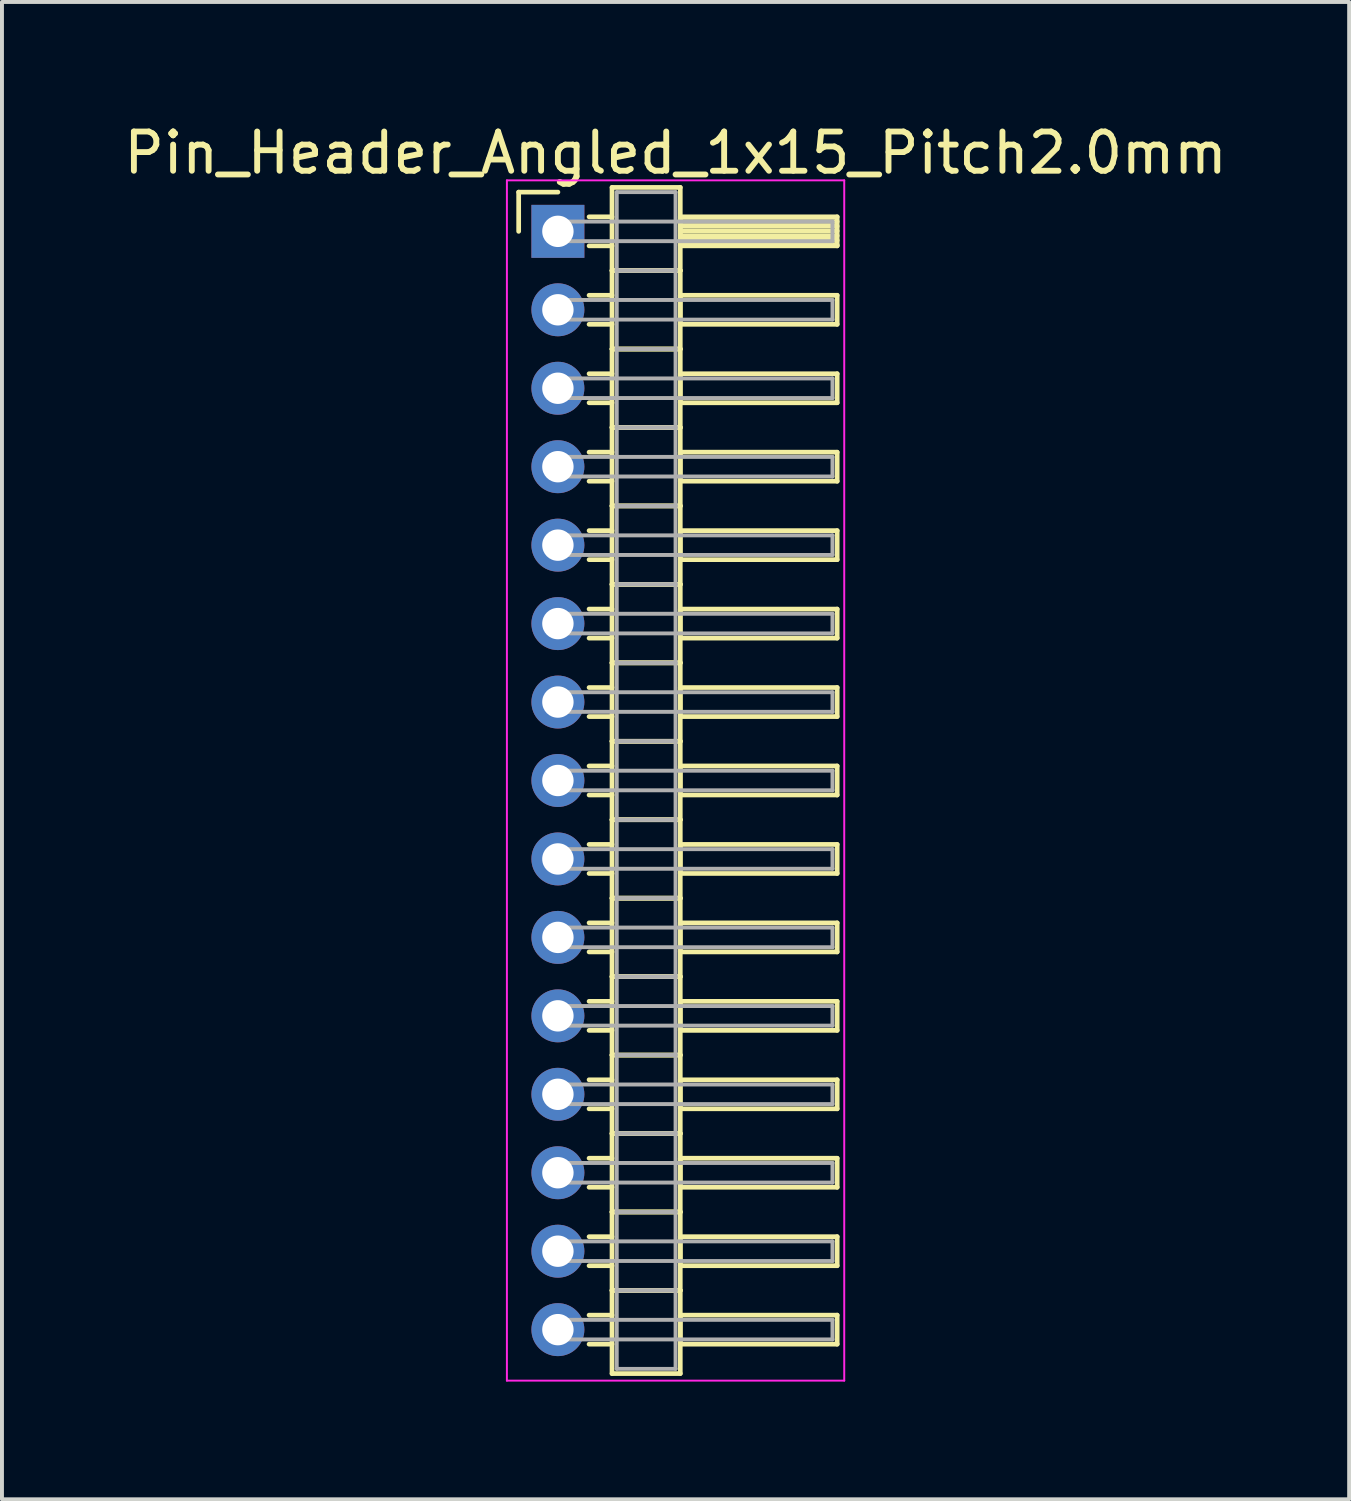
<source format=kicad_pcb>
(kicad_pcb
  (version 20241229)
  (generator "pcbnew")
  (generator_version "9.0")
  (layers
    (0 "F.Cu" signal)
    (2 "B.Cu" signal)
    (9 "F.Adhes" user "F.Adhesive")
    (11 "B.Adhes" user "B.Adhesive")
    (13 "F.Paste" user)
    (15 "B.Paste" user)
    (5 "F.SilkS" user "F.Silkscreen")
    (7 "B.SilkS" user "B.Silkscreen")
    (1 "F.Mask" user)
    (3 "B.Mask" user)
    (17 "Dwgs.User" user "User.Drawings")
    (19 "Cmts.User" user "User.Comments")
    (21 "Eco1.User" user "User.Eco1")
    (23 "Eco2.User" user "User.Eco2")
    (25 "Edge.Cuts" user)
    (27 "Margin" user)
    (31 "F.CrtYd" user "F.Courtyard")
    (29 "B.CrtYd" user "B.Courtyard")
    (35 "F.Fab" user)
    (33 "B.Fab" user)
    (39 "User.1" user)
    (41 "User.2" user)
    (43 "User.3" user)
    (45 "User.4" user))
  (footprint "Pin_Header_Angled_1x15_Pitch2.0mm"
    (layer "F.Cu")
    (at 11.173 2.848)
    (property "Reference" "Pin_Header_Angled_1x15_Pitch2.0mm" (at 3 -2 0) (layer "F.SilkS") (effects (font (size 1 1) (thickness 0.15))))
    (attr through_hole)
    (fp_line (start -1 -1) (end 0 -1) (stroke (width 0.12) (type solid)) (layer "F.SilkS"))
    (fp_line (start -1 0) (end -1 -1) (stroke (width 0.12) (type solid)) (layer "F.SilkS"))
    (fp_line (start 0.795 -0.37) (end 1.38 -0.37) (stroke (width 0.12) (type solid)) (layer "F.SilkS"))
    (fp_line (start 0.795 0.37) (end 1.38 0.37) (stroke (width 0.12) (type solid)) (layer "F.SilkS"))
    (fp_line (start 0.795 1.63) (end 1.38 1.63) (stroke (width 0.12) (type solid)) (layer "F.SilkS"))
    (fp_line (start 0.795 2.37) (end 1.38 2.37) (stroke (width 0.12) (type solid)) (layer "F.SilkS"))
    (fp_line (start 0.795 3.63) (end 1.38 3.63) (stroke (width 0.12) (type solid)) (layer "F.SilkS"))
    (fp_line (start 0.795 4.37) (end 1.38 4.37) (stroke (width 0.12) (type solid)) (layer "F.SilkS"))
    (fp_line (start 0.795 5.63) (end 1.38 5.63) (stroke (width 0.12) (type solid)) (layer "F.SilkS"))
    (fp_line (start 0.795 6.37) (end 1.38 6.37) (stroke (width 0.12) (type solid)) (layer "F.SilkS"))
    (fp_line (start 0.795 7.63) (end 1.38 7.63) (stroke (width 0.12) (type solid)) (layer "F.SilkS"))
    (fp_line (start 0.795 8.37) (end 1.38 8.37) (stroke (width 0.12) (type solid)) (layer "F.SilkS"))
    (fp_line (start 0.795 9.63) (end 1.38 9.63) (stroke (width 0.12) (type solid)) (layer "F.SilkS"))
    (fp_line (start 0.795 10.37) (end 1.38 10.37) (stroke (width 0.12) (type solid)) (layer "F.SilkS"))
    (fp_line (start 0.795 11.63) (end 1.38 11.63) (stroke (width 0.12) (type solid)) (layer "F.SilkS"))
    (fp_line (start 0.795 12.37) (end 1.38 12.37) (stroke (width 0.12) (type solid)) (layer "F.SilkS"))
    (fp_line (start 0.795 13.63) (end 1.38 13.63) (stroke (width 0.12) (type solid)) (layer "F.SilkS"))
    (fp_line (start 0.795 14.37) (end 1.38 14.37) (stroke (width 0.12) (type solid)) (layer "F.SilkS"))
    (fp_line (start 0.795 15.63) (end 1.38 15.63) (stroke (width 0.12) (type solid)) (layer "F.SilkS"))
    (fp_line (start 0.795 16.37) (end 1.38 16.37) (stroke (width 0.12) (type solid)) (layer "F.SilkS"))
    (fp_line (start 0.795 17.63) (end 1.38 17.63) (stroke (width 0.12) (type solid)) (layer "F.SilkS"))
    (fp_line (start 0.795 18.37) (end 1.38 18.37) (stroke (width 0.12) (type solid)) (layer "F.SilkS"))
    (fp_line (start 0.795 19.63) (end 1.38 19.63) (stroke (width 0.12) (type solid)) (layer "F.SilkS"))
    (fp_line (start 0.795 20.37) (end 1.38 20.37) (stroke (width 0.12) (type solid)) (layer "F.SilkS"))
    (fp_line (start 0.795 21.63) (end 1.38 21.63) (stroke (width 0.12) (type solid)) (layer "F.SilkS"))
    (fp_line (start 0.795 22.37) (end 1.38 22.37) (stroke (width 0.12) (type solid)) (layer "F.SilkS"))
    (fp_line (start 0.795 23.63) (end 1.38 23.63) (stroke (width 0.12) (type solid)) (layer "F.SilkS"))
    (fp_line (start 0.795 24.37) (end 1.38 24.37) (stroke (width 0.12) (type solid)) (layer "F.SilkS"))
    (fp_line (start 0.795 25.63) (end 1.38 25.63) (stroke (width 0.12) (type solid)) (layer "F.SilkS"))
    (fp_line (start 0.795 26.37) (end 1.38 26.37) (stroke (width 0.12) (type solid)) (layer "F.SilkS"))
    (fp_line (start 0.795 27.63) (end 1.38 27.63) (stroke (width 0.12) (type solid)) (layer "F.SilkS"))
    (fp_line (start 0.795 28.37) (end 1.38 28.37) (stroke (width 0.12) (type solid)) (layer "F.SilkS"))
    (fp_line (start 1.38 -1.12) (end 1.38 1) (stroke (width 0.12) (type solid)) (layer "F.SilkS"))
    (fp_line (start 1.38 1) (end 1.38 3) (stroke (width 0.12) (type solid)) (layer "F.SilkS"))
    (fp_line (start 1.38 1) (end 3.12 1) (stroke (width 0.12) (type solid)) (layer "F.SilkS"))
    (fp_line (start 1.38 3) (end 1.38 5) (stroke (width 0.12) (type solid)) (layer "F.SilkS"))
    (fp_line (start 1.38 3) (end 3.12 3) (stroke (width 0.12) (type solid)) (layer "F.SilkS"))
    (fp_line (start 1.38 5) (end 1.38 7) (stroke (width 0.12) (type solid)) (layer "F.SilkS"))
    (fp_line (start 1.38 5) (end 3.12 5) (stroke (width 0.12) (type solid)) (layer "F.SilkS"))
    (fp_line (start 1.38 7) (end 1.38 9) (stroke (width 0.12) (type solid)) (layer "F.SilkS"))
    (fp_line (start 1.38 7) (end 3.12 7) (stroke (width 0.12) (type solid)) (layer "F.SilkS"))
    (fp_line (start 1.38 9) (end 1.38 11) (stroke (width 0.12) (type solid)) (layer "F.SilkS"))
    (fp_line (start 1.38 9) (end 3.12 9) (stroke (width 0.12) (type solid)) (layer "F.SilkS"))
    (fp_line (start 1.38 11) (end 1.38 13) (stroke (width 0.12) (type solid)) (layer "F.SilkS"))
    (fp_line (start 1.38 11) (end 3.12 11) (stroke (width 0.12) (type solid)) (layer "F.SilkS"))
    (fp_line (start 1.38 13) (end 1.38 15) (stroke (width 0.12) (type solid)) (layer "F.SilkS"))
    (fp_line (start 1.38 13) (end 3.12 13) (stroke (width 0.12) (type solid)) (layer "F.SilkS"))
    (fp_line (start 1.38 15) (end 1.38 17) (stroke (width 0.12) (type solid)) (layer "F.SilkS"))
    (fp_line (start 1.38 15) (end 3.12 15) (stroke (width 0.12) (type solid)) (layer "F.SilkS"))
    (fp_line (start 1.38 17) (end 1.38 19) (stroke (width 0.12) (type solid)) (layer "F.SilkS"))
    (fp_line (start 1.38 17) (end 3.12 17) (stroke (width 0.12) (type solid)) (layer "F.SilkS"))
    (fp_line (start 1.38 19) (end 1.38 21) (stroke (width 0.12) (type solid)) (layer "F.SilkS"))
    (fp_line (start 1.38 19) (end 3.12 19) (stroke (width 0.12) (type solid)) (layer "F.SilkS"))
    (fp_line (start 1.38 21) (end 1.38 23) (stroke (width 0.12) (type solid)) (layer "F.SilkS"))
    (fp_line (start 1.38 21) (end 3.12 21) (stroke (width 0.12) (type solid)) (layer "F.SilkS"))
    (fp_line (start 1.38 23) (end 1.38 25) (stroke (width 0.12) (type solid)) (layer "F.SilkS"))
    (fp_line (start 1.38 23) (end 3.12 23) (stroke (width 0.12) (type solid)) (layer "F.SilkS"))
    (fp_line (start 1.38 25) (end 1.38 27) (stroke (width 0.12) (type solid)) (layer "F.SilkS"))
    (fp_line (start 1.38 25) (end 3.12 25) (stroke (width 0.12) (type solid)) (layer "F.SilkS"))
    (fp_line (start 1.38 27) (end 1.38 29.12) (stroke (width 0.12) (type solid)) (layer "F.SilkS"))
    (fp_line (start 1.38 27) (end 3.12 27) (stroke (width 0.12) (type solid)) (layer "F.SilkS"))
    (fp_line (start 1.38 29.12) (end 3.12 29.12) (stroke (width 0.12) (type solid)) (layer "F.SilkS"))
    (fp_line (start 3.12 -1.12) (end 1.38 -1.12) (stroke (width 0.12) (type solid)) (layer "F.SilkS"))
    (fp_line (start 3.12 -0.37) (end 3.12 0.37) (stroke (width 0.12) (type solid)) (layer "F.SilkS"))
    (fp_line (start 3.12 -0.25) (end 7.12 -0.25) (stroke (width 0.12) (type solid)) (layer "F.SilkS"))
    (fp_line (start 3.12 -0.13) (end 7.12 -0.13) (stroke (width 0.12) (type solid)) (layer "F.SilkS"))
    (fp_line (start 3.12 -0.01) (end 7.12 -0.01) (stroke (width 0.12) (type solid)) (layer "F.SilkS"))
    (fp_line (start 3.12 0.11) (end 7.12 0.11) (stroke (width 0.12) (type solid)) (layer "F.SilkS"))
    (fp_line (start 3.12 0.23) (end 7.12 0.23) (stroke (width 0.12) (type solid)) (layer "F.SilkS"))
    (fp_line (start 3.12 0.35) (end 7.12 0.35) (stroke (width 0.12) (type solid)) (layer "F.SilkS"))
    (fp_line (start 3.12 0.37) (end 7.12 0.37) (stroke (width 0.12) (type solid)) (layer "F.SilkS"))
    (fp_line (start 3.12 1) (end 1.38 1) (stroke (width 0.12) (type solid)) (layer "F.SilkS"))
    (fp_line (start 3.12 1) (end 3.12 -1.12) (stroke (width 0.12) (type solid)) (layer "F.SilkS"))
    (fp_line (start 3.12 1.63) (end 3.12 2.37) (stroke (width 0.12) (type solid)) (layer "F.SilkS"))
    (fp_line (start 3.12 2.37) (end 7.12 2.37) (stroke (width 0.12) (type solid)) (layer "F.SilkS"))
    (fp_line (start 3.12 3) (end 1.38 3) (stroke (width 0.12) (type solid)) (layer "F.SilkS"))
    (fp_line (start 3.12 3) (end 3.12 1) (stroke (width 0.12) (type solid)) (layer "F.SilkS"))
    (fp_line (start 3.12 3.63) (end 3.12 4.37) (stroke (width 0.12) (type solid)) (layer "F.SilkS"))
    (fp_line (start 3.12 4.37) (end 7.12 4.37) (stroke (width 0.12) (type solid)) (layer "F.SilkS"))
    (fp_line (start 3.12 5) (end 1.38 5) (stroke (width 0.12) (type solid)) (layer "F.SilkS"))
    (fp_line (start 3.12 5) (end 3.12 3) (stroke (width 0.12) (type solid)) (layer "F.SilkS"))
    (fp_line (start 3.12 5.63) (end 3.12 6.37) (stroke (width 0.12) (type solid)) (layer "F.SilkS"))
    (fp_line (start 3.12 6.37) (end 7.12 6.37) (stroke (width 0.12) (type solid)) (layer "F.SilkS"))
    (fp_line (start 3.12 7) (end 1.38 7) (stroke (width 0.12) (type solid)) (layer "F.SilkS"))
    (fp_line (start 3.12 7) (end 3.12 5) (stroke (width 0.12) (type solid)) (layer "F.SilkS"))
    (fp_line (start 3.12 7.63) (end 3.12 8.37) (stroke (width 0.12) (type solid)) (layer "F.SilkS"))
    (fp_line (start 3.12 8.37) (end 7.12 8.37) (stroke (width 0.12) (type solid)) (layer "F.SilkS"))
    (fp_line (start 3.12 9) (end 1.38 9) (stroke (width 0.12) (type solid)) (layer "F.SilkS"))
    (fp_line (start 3.12 9) (end 3.12 7) (stroke (width 0.12) (type solid)) (layer "F.SilkS"))
    (fp_line (start 3.12 9.63) (end 3.12 10.37) (stroke (width 0.12) (type solid)) (layer "F.SilkS"))
    (fp_line (start 3.12 10.37) (end 7.12 10.37) (stroke (width 0.12) (type solid)) (layer "F.SilkS"))
    (fp_line (start 3.12 11) (end 1.38 11) (stroke (width 0.12) (type solid)) (layer "F.SilkS"))
    (fp_line (start 3.12 11) (end 3.12 9) (stroke (width 0.12) (type solid)) (layer "F.SilkS"))
    (fp_line (start 3.12 11.63) (end 3.12 12.37) (stroke (width 0.12) (type solid)) (layer "F.SilkS"))
    (fp_line (start 3.12 12.37) (end 7.12 12.37) (stroke (width 0.12) (type solid)) (layer "F.SilkS"))
    (fp_line (start 3.12 13) (end 1.38 13) (stroke (width 0.12) (type solid)) (layer "F.SilkS"))
    (fp_line (start 3.12 13) (end 3.12 11) (stroke (width 0.12) (type solid)) (layer "F.SilkS"))
    (fp_line (start 3.12 13.63) (end 3.12 14.37) (stroke (width 0.12) (type solid)) (layer "F.SilkS"))
    (fp_line (start 3.12 14.37) (end 7.12 14.37) (stroke (width 0.12) (type solid)) (layer "F.SilkS"))
    (fp_line (start 3.12 15) (end 1.38 15) (stroke (width 0.12) (type solid)) (layer "F.SilkS"))
    (fp_line (start 3.12 15) (end 3.12 13) (stroke (width 0.12) (type solid)) (layer "F.SilkS"))
    (fp_line (start 3.12 15.63) (end 3.12 16.37) (stroke (width 0.12) (type solid)) (layer "F.SilkS"))
    (fp_line (start 3.12 16.37) (end 7.12 16.37) (stroke (width 0.12) (type solid)) (layer "F.SilkS"))
    (fp_line (start 3.12 17) (end 1.38 17) (stroke (width 0.12) (type solid)) (layer "F.SilkS"))
    (fp_line (start 3.12 17) (end 3.12 15) (stroke (width 0.12) (type solid)) (layer "F.SilkS"))
    (fp_line (start 3.12 17.63) (end 3.12 18.37) (stroke (width 0.12) (type solid)) (layer "F.SilkS"))
    (fp_line (start 3.12 18.37) (end 7.12 18.37) (stroke (width 0.12) (type solid)) (layer "F.SilkS"))
    (fp_line (start 3.12 19) (end 1.38 19) (stroke (width 0.12) (type solid)) (layer "F.SilkS"))
    (fp_line (start 3.12 19) (end 3.12 17) (stroke (width 0.12) (type solid)) (layer "F.SilkS"))
    (fp_line (start 3.12 19.63) (end 3.12 20.37) (stroke (width 0.12) (type solid)) (layer "F.SilkS"))
    (fp_line (start 3.12 20.37) (end 7.12 20.37) (stroke (width 0.12) (type solid)) (layer "F.SilkS"))
    (fp_line (start 3.12 21) (end 1.38 21) (stroke (width 0.12) (type solid)) (layer "F.SilkS"))
    (fp_line (start 3.12 21) (end 3.12 19) (stroke (width 0.12) (type solid)) (layer "F.SilkS"))
    (fp_line (start 3.12 21.63) (end 3.12 22.37) (stroke (width 0.12) (type solid)) (layer "F.SilkS"))
    (fp_line (start 3.12 22.37) (end 7.12 22.37) (stroke (width 0.12) (type solid)) (layer "F.SilkS"))
    (fp_line (start 3.12 23) (end 1.38 23) (stroke (width 0.12) (type solid)) (layer "F.SilkS"))
    (fp_line (start 3.12 23) (end 3.12 21) (stroke (width 0.12) (type solid)) (layer "F.SilkS"))
    (fp_line (start 3.12 23.63) (end 3.12 24.37) (stroke (width 0.12) (type solid)) (layer "F.SilkS"))
    (fp_line (start 3.12 24.37) (end 7.12 24.37) (stroke (width 0.12) (type solid)) (layer "F.SilkS"))
    (fp_line (start 3.12 25) (end 1.38 25) (stroke (width 0.12) (type solid)) (layer "F.SilkS"))
    (fp_line (start 3.12 25) (end 3.12 23) (stroke (width 0.12) (type solid)) (layer "F.SilkS"))
    (fp_line (start 3.12 25.63) (end 3.12 26.37) (stroke (width 0.12) (type solid)) (layer "F.SilkS"))
    (fp_line (start 3.12 26.37) (end 7.12 26.37) (stroke (width 0.12) (type solid)) (layer "F.SilkS"))
    (fp_line (start 3.12 27) (end 1.38 27) (stroke (width 0.12) (type solid)) (layer "F.SilkS"))
    (fp_line (start 3.12 27) (end 3.12 25) (stroke (width 0.12) (type solid)) (layer "F.SilkS"))
    (fp_line (start 3.12 27.63) (end 3.12 28.37) (stroke (width 0.12) (type solid)) (layer "F.SilkS"))
    (fp_line (start 3.12 28.37) (end 7.12 28.37) (stroke (width 0.12) (type solid)) (layer "F.SilkS"))
    (fp_line (start 3.12 29.12) (end 3.12 27) (stroke (width 0.12) (type solid)) (layer "F.SilkS"))
    (fp_line (start 7.12 -0.37) (end 3.12 -0.37) (stroke (width 0.12) (type solid)) (layer "F.SilkS"))
    (fp_line (start 7.12 0.37) (end 7.12 -0.37) (stroke (width 0.12) (type solid)) (layer "F.SilkS"))
    (fp_line (start 7.12 1.63) (end 3.12 1.63) (stroke (width 0.12) (type solid)) (layer "F.SilkS"))
    (fp_line (start 7.12 2.37) (end 7.12 1.63) (stroke (width 0.12) (type solid)) (layer "F.SilkS"))
    (fp_line (start 7.12 3.63) (end 3.12 3.63) (stroke (width 0.12) (type solid)) (layer "F.SilkS"))
    (fp_line (start 7.12 4.37) (end 7.12 3.63) (stroke (width 0.12) (type solid)) (layer "F.SilkS"))
    (fp_line (start 7.12 5.63) (end 3.12 5.63) (stroke (width 0.12) (type solid)) (layer "F.SilkS"))
    (fp_line (start 7.12 6.37) (end 7.12 5.63) (stroke (width 0.12) (type solid)) (layer "F.SilkS"))
    (fp_line (start 7.12 7.63) (end 3.12 7.63) (stroke (width 0.12) (type solid)) (layer "F.SilkS"))
    (fp_line (start 7.12 8.37) (end 7.12 7.63) (stroke (width 0.12) (type solid)) (layer "F.SilkS"))
    (fp_line (start 7.12 9.63) (end 3.12 9.63) (stroke (width 0.12) (type solid)) (layer "F.SilkS"))
    (fp_line (start 7.12 10.37) (end 7.12 9.63) (stroke (width 0.12) (type solid)) (layer "F.SilkS"))
    (fp_line (start 7.12 11.63) (end 3.12 11.63) (stroke (width 0.12) (type solid)) (layer "F.SilkS"))
    (fp_line (start 7.12 12.37) (end 7.12 11.63) (stroke (width 0.12) (type solid)) (layer "F.SilkS"))
    (fp_line (start 7.12 13.63) (end 3.12 13.63) (stroke (width 0.12) (type solid)) (layer "F.SilkS"))
    (fp_line (start 7.12 14.37) (end 7.12 13.63) (stroke (width 0.12) (type solid)) (layer "F.SilkS"))
    (fp_line (start 7.12 15.63) (end 3.12 15.63) (stroke (width 0.12) (type solid)) (layer "F.SilkS"))
    (fp_line (start 7.12 16.37) (end 7.12 15.63) (stroke (width 0.12) (type solid)) (layer "F.SilkS"))
    (fp_line (start 7.12 17.63) (end 3.12 17.63) (stroke (width 0.12) (type solid)) (layer "F.SilkS"))
    (fp_line (start 7.12 18.37) (end 7.12 17.63) (stroke (width 0.12) (type solid)) (layer "F.SilkS"))
    (fp_line (start 7.12 19.63) (end 3.12 19.63) (stroke (width 0.12) (type solid)) (layer "F.SilkS"))
    (fp_line (start 7.12 20.37) (end 7.12 19.63) (stroke (width 0.12) (type solid)) (layer "F.SilkS"))
    (fp_line (start 7.12 21.63) (end 3.12 21.63) (stroke (width 0.12) (type solid)) (layer "F.SilkS"))
    (fp_line (start 7.12 22.37) (end 7.12 21.63) (stroke (width 0.12) (type solid)) (layer "F.SilkS"))
    (fp_line (start 7.12 23.63) (end 3.12 23.63) (stroke (width 0.12) (type solid)) (layer "F.SilkS"))
    (fp_line (start 7.12 24.37) (end 7.12 23.63) (stroke (width 0.12) (type solid)) (layer "F.SilkS"))
    (fp_line (start 7.12 25.63) (end 3.12 25.63) (stroke (width 0.12) (type solid)) (layer "F.SilkS"))
    (fp_line (start 7.12 26.37) (end 7.12 25.63) (stroke (width 0.12) (type solid)) (layer "F.SilkS"))
    (fp_line (start 7.12 27.63) (end 3.12 27.63) (stroke (width 0.12) (type solid)) (layer "F.SilkS"))
    (fp_line (start 7.12 28.37) (end 7.12 27.63) (stroke (width 0.12) (type solid)) (layer "F.SilkS"))
    (fp_line (start -1.3 -1.3) (end -1.3 29.3) (stroke (width 0.05) (type solid)) (layer "F.CrtYd"))
    (fp_line (start -1.3 29.3) (end 7.3 29.3) (stroke (width 0.05) (type solid)) (layer "F.CrtYd"))
    (fp_line (start 7.3 -1.3) (end -1.3 -1.3) (stroke (width 0.05) (type solid)) (layer "F.CrtYd"))
    (fp_line (start 7.3 29.3) (end 7.3 -1.3) (stroke (width 0.05) (type solid)) (layer "F.CrtYd"))
    (fp_line (start 0 -0.25) (end 0 0.25) (stroke (width 0.1) (type solid)) (layer "F.Fab"))
    (fp_line (start 0 0.25) (end 7 0.25) (stroke (width 0.1) (type solid)) (layer "F.Fab"))
    (fp_line (start 0 1.75) (end 0 2.25) (stroke (width 0.1) (type solid)) (layer "F.Fab"))
    (fp_line (start 0 2.25) (end 7 2.25) (stroke (width 0.1) (type solid)) (layer "F.Fab"))
    (fp_line (start 0 3.75) (end 0 4.25) (stroke (width 0.1) (type solid)) (layer "F.Fab"))
    (fp_line (start 0 4.25) (end 7 4.25) (stroke (width 0.1) (type solid)) (layer "F.Fab"))
    (fp_line (start 0 5.75) (end 0 6.25) (stroke (width 0.1) (type solid)) (layer "F.Fab"))
    (fp_line (start 0 6.25) (end 7 6.25) (stroke (width 0.1) (type solid)) (layer "F.Fab"))
    (fp_line (start 0 7.75) (end 0 8.25) (stroke (width 0.1) (type solid)) (layer "F.Fab"))
    (fp_line (start 0 8.25) (end 7 8.25) (stroke (width 0.1) (type solid)) (layer "F.Fab"))
    (fp_line (start 0 9.75) (end 0 10.25) (stroke (width 0.1) (type solid)) (layer "F.Fab"))
    (fp_line (start 0 10.25) (end 7 10.25) (stroke (width 0.1) (type solid)) (layer "F.Fab"))
    (fp_line (start 0 11.75) (end 0 12.25) (stroke (width 0.1) (type solid)) (layer "F.Fab"))
    (fp_line (start 0 12.25) (end 7 12.25) (stroke (width 0.1) (type solid)) (layer "F.Fab"))
    (fp_line (start 0 13.75) (end 0 14.25) (stroke (width 0.1) (type solid)) (layer "F.Fab"))
    (fp_line (start 0 14.25) (end 7 14.25) (stroke (width 0.1) (type solid)) (layer "F.Fab"))
    (fp_line (start 0 15.75) (end 0 16.25) (stroke (width 0.1) (type solid)) (layer "F.Fab"))
    (fp_line (start 0 16.25) (end 7 16.25) (stroke (width 0.1) (type solid)) (layer "F.Fab"))
    (fp_line (start 0 17.75) (end 0 18.25) (stroke (width 0.1) (type solid)) (layer "F.Fab"))
    (fp_line (start 0 18.25) (end 7 18.25) (stroke (width 0.1) (type solid)) (layer "F.Fab"))
    (fp_line (start 0 19.75) (end 0 20.25) (stroke (width 0.1) (type solid)) (layer "F.Fab"))
    (fp_line (start 0 20.25) (end 7 20.25) (stroke (width 0.1) (type solid)) (layer "F.Fab"))
    (fp_line (start 0 21.75) (end 0 22.25) (stroke (width 0.1) (type solid)) (layer "F.Fab"))
    (fp_line (start 0 22.25) (end 7 22.25) (stroke (width 0.1) (type solid)) (layer "F.Fab"))
    (fp_line (start 0 23.75) (end 0 24.25) (stroke (width 0.1) (type solid)) (layer "F.Fab"))
    (fp_line (start 0 24.25) (end 7 24.25) (stroke (width 0.1) (type solid)) (layer "F.Fab"))
    (fp_line (start 0 25.75) (end 0 26.25) (stroke (width 0.1) (type solid)) (layer "F.Fab"))
    (fp_line (start 0 26.25) (end 7 26.25) (stroke (width 0.1) (type solid)) (layer "F.Fab"))
    (fp_line (start 0 27.75) (end 0 28.25) (stroke (width 0.1) (type solid)) (layer "F.Fab"))
    (fp_line (start 0 28.25) (end 7 28.25) (stroke (width 0.1) (type solid)) (layer "F.Fab"))
    (fp_line (start 1.5 -1) (end 1.5 1) (stroke (width 0.1) (type solid)) (layer "F.Fab"))
    (fp_line (start 1.5 1) (end 1.5 3) (stroke (width 0.1) (type solid)) (layer "F.Fab"))
    (fp_line (start 1.5 1) (end 3 1) (stroke (width 0.1) (type solid)) (layer "F.Fab"))
    (fp_line (start 1.5 3) (end 1.5 5) (stroke (width 0.1) (type solid)) (layer "F.Fab"))
    (fp_line (start 1.5 3) (end 3 3) (stroke (width 0.1) (type solid)) (layer "F.Fab"))
    (fp_line (start 1.5 5) (end 1.5 7) (stroke (width 0.1) (type solid)) (layer "F.Fab"))
    (fp_line (start 1.5 5) (end 3 5) (stroke (width 0.1) (type solid)) (layer "F.Fab"))
    (fp_line (start 1.5 7) (end 1.5 9) (stroke (width 0.1) (type solid)) (layer "F.Fab"))
    (fp_line (start 1.5 7) (end 3 7) (stroke (width 0.1) (type solid)) (layer "F.Fab"))
    (fp_line (start 1.5 9) (end 1.5 11) (stroke (width 0.1) (type solid)) (layer "F.Fab"))
    (fp_line (start 1.5 9) (end 3 9) (stroke (width 0.1) (type solid)) (layer "F.Fab"))
    (fp_line (start 1.5 11) (end 1.5 13) (stroke (width 0.1) (type solid)) (layer "F.Fab"))
    (fp_line (start 1.5 11) (end 3 11) (stroke (width 0.1) (type solid)) (layer "F.Fab"))
    (fp_line (start 1.5 13) (end 1.5 15) (stroke (width 0.1) (type solid)) (layer "F.Fab"))
    (fp_line (start 1.5 13) (end 3 13) (stroke (width 0.1) (type solid)) (layer "F.Fab"))
    (fp_line (start 1.5 15) (end 1.5 17) (stroke (width 0.1) (type solid)) (layer "F.Fab"))
    (fp_line (start 1.5 15) (end 3 15) (stroke (width 0.1) (type solid)) (layer "F.Fab"))
    (fp_line (start 1.5 17) (end 1.5 19) (stroke (width 0.1) (type solid)) (layer "F.Fab"))
    (fp_line (start 1.5 17) (end 3 17) (stroke (width 0.1) (type solid)) (layer "F.Fab"))
    (fp_line (start 1.5 19) (end 1.5 21) (stroke (width 0.1) (type solid)) (layer "F.Fab"))
    (fp_line (start 1.5 19) (end 3 19) (stroke (width 0.1) (type solid)) (layer "F.Fab"))
    (fp_line (start 1.5 21) (end 1.5 23) (stroke (width 0.1) (type solid)) (layer "F.Fab"))
    (fp_line (start 1.5 21) (end 3 21) (stroke (width 0.1) (type solid)) (layer "F.Fab"))
    (fp_line (start 1.5 23) (end 1.5 25) (stroke (width 0.1) (type solid)) (layer "F.Fab"))
    (fp_line (start 1.5 23) (end 3 23) (stroke (width 0.1) (type solid)) (layer "F.Fab"))
    (fp_line (start 1.5 25) (end 1.5 27) (stroke (width 0.1) (type solid)) (layer "F.Fab"))
    (fp_line (start 1.5 25) (end 3 25) (stroke (width 0.1) (type solid)) (layer "F.Fab"))
    (fp_line (start 1.5 27) (end 1.5 29) (stroke (width 0.1) (type solid)) (layer "F.Fab"))
    (fp_line (start 1.5 27) (end 3 27) (stroke (width 0.1) (type solid)) (layer "F.Fab"))
    (fp_line (start 1.5 29) (end 3 29) (stroke (width 0.1) (type solid)) (layer "F.Fab"))
    (fp_line (start 3 -1) (end 1.5 -1) (stroke (width 0.1) (type solid)) (layer "F.Fab"))
    (fp_line (start 3 1) (end 1.5 1) (stroke (width 0.1) (type solid)) (layer "F.Fab"))
    (fp_line (start 3 1) (end 3 -1) (stroke (width 0.1) (type solid)) (layer "F.Fab"))
    (fp_line (start 3 3) (end 1.5 3) (stroke (width 0.1) (type solid)) (layer "F.Fab"))
    (fp_line (start 3 3) (end 3 1) (stroke (width 0.1) (type solid)) (layer "F.Fab"))
    (fp_line (start 3 5) (end 1.5 5) (stroke (width 0.1) (type solid)) (layer "F.Fab"))
    (fp_line (start 3 5) (end 3 3) (stroke (width 0.1) (type solid)) (layer "F.Fab"))
    (fp_line (start 3 7) (end 1.5 7) (stroke (width 0.1) (type solid)) (layer "F.Fab"))
    (fp_line (start 3 7) (end 3 5) (stroke (width 0.1) (type solid)) (layer "F.Fab"))
    (fp_line (start 3 9) (end 1.5 9) (stroke (width 0.1) (type solid)) (layer "F.Fab"))
    (fp_line (start 3 9) (end 3 7) (stroke (width 0.1) (type solid)) (layer "F.Fab"))
    (fp_line (start 3 11) (end 1.5 11) (stroke (width 0.1) (type solid)) (layer "F.Fab"))
    (fp_line (start 3 11) (end 3 9) (stroke (width 0.1) (type solid)) (layer "F.Fab"))
    (fp_line (start 3 13) (end 1.5 13) (stroke (width 0.1) (type solid)) (layer "F.Fab"))
    (fp_line (start 3 13) (end 3 11) (stroke (width 0.1) (type solid)) (layer "F.Fab"))
    (fp_line (start 3 15) (end 1.5 15) (stroke (width 0.1) (type solid)) (layer "F.Fab"))
    (fp_line (start 3 15) (end 3 13) (stroke (width 0.1) (type solid)) (layer "F.Fab"))
    (fp_line (start 3 17) (end 1.5 17) (stroke (width 0.1) (type solid)) (layer "F.Fab"))
    (fp_line (start 3 17) (end 3 15) (stroke (width 0.1) (type solid)) (layer "F.Fab"))
    (fp_line (start 3 19) (end 1.5 19) (stroke (width 0.1) (type solid)) (layer "F.Fab"))
    (fp_line (start 3 19) (end 3 17) (stroke (width 0.1) (type solid)) (layer "F.Fab"))
    (fp_line (start 3 21) (end 1.5 21) (stroke (width 0.1) (type solid)) (layer "F.Fab"))
    (fp_line (start 3 21) (end 3 19) (stroke (width 0.1) (type solid)) (layer "F.Fab"))
    (fp_line (start 3 23) (end 1.5 23) (stroke (width 0.1) (type solid)) (layer "F.Fab"))
    (fp_line (start 3 23) (end 3 21) (stroke (width 0.1) (type solid)) (layer "F.Fab"))
    (fp_line (start 3 25) (end 1.5 25) (stroke (width 0.1) (type solid)) (layer "F.Fab"))
    (fp_line (start 3 25) (end 3 23) (stroke (width 0.1) (type solid)) (layer "F.Fab"))
    (fp_line (start 3 27) (end 1.5 27) (stroke (width 0.1) (type solid)) (layer "F.Fab"))
    (fp_line (start 3 27) (end 3 25) (stroke (width 0.1) (type solid)) (layer "F.Fab"))
    (fp_line (start 3 29) (end 3 27) (stroke (width 0.1) (type solid)) (layer "F.Fab"))
    (fp_line (start 7 -0.25) (end 0 -0.25) (stroke (width 0.1) (type solid)) (layer "F.Fab"))
    (fp_line (start 7 0.25) (end 7 -0.25) (stroke (width 0.1) (type solid)) (layer "F.Fab"))
    (fp_line (start 7 1.75) (end 0 1.75) (stroke (width 0.1) (type solid)) (layer "F.Fab"))
    (fp_line (start 7 2.25) (end 7 1.75) (stroke (width 0.1) (type solid)) (layer "F.Fab"))
    (fp_line (start 7 3.75) (end 0 3.75) (stroke (width 0.1) (type solid)) (layer "F.Fab"))
    (fp_line (start 7 4.25) (end 7 3.75) (stroke (width 0.1) (type solid)) (layer "F.Fab"))
    (fp_line (start 7 5.75) (end 0 5.75) (stroke (width 0.1) (type solid)) (layer "F.Fab"))
    (fp_line (start 7 6.25) (end 7 5.75) (stroke (width 0.1) (type solid)) (layer "F.Fab"))
    (fp_line (start 7 7.75) (end 0 7.75) (stroke (width 0.1) (type solid)) (layer "F.Fab"))
    (fp_line (start 7 8.25) (end 7 7.75) (stroke (width 0.1) (type solid)) (layer "F.Fab"))
    (fp_line (start 7 9.75) (end 0 9.75) (stroke (width 0.1) (type solid)) (layer "F.Fab"))
    (fp_line (start 7 10.25) (end 7 9.75) (stroke (width 0.1) (type solid)) (layer "F.Fab"))
    (fp_line (start 7 11.75) (end 0 11.75) (stroke (width 0.1) (type solid)) (layer "F.Fab"))
    (fp_line (start 7 12.25) (end 7 11.75) (stroke (width 0.1) (type solid)) (layer "F.Fab"))
    (fp_line (start 7 13.75) (end 0 13.75) (stroke (width 0.1) (type solid)) (layer "F.Fab"))
    (fp_line (start 7 14.25) (end 7 13.75) (stroke (width 0.1) (type solid)) (layer "F.Fab"))
    (fp_line (start 7 15.75) (end 0 15.75) (stroke (width 0.1) (type solid)) (layer "F.Fab"))
    (fp_line (start 7 16.25) (end 7 15.75) (stroke (width 0.1) (type solid)) (layer "F.Fab"))
    (fp_line (start 7 17.75) (end 0 17.75) (stroke (width 0.1) (type solid)) (layer "F.Fab"))
    (fp_line (start 7 18.25) (end 7 17.75) (stroke (width 0.1) (type solid)) (layer "F.Fab"))
    (fp_line (start 7 19.75) (end 0 19.75) (stroke (width 0.1) (type solid)) (layer "F.Fab"))
    (fp_line (start 7 20.25) (end 7 19.75) (stroke (width 0.1) (type solid)) (layer "F.Fab"))
    (fp_line (start 7 21.75) (end 0 21.75) (stroke (width 0.1) (type solid)) (layer "F.Fab"))
    (fp_line (start 7 22.25) (end 7 21.75) (stroke (width 0.1) (type solid)) (layer "F.Fab"))
    (fp_line (start 7 23.75) (end 0 23.75) (stroke (width 0.1) (type solid)) (layer "F.Fab"))
    (fp_line (start 7 24.25) (end 7 23.75) (stroke (width 0.1) (type solid)) (layer "F.Fab"))
    (fp_line (start 7 25.75) (end 0 25.75) (stroke (width 0.1) (type solid)) (layer "F.Fab"))
    (fp_line (start 7 26.25) (end 7 25.75) (stroke (width 0.1) (type solid)) (layer "F.Fab"))
    (fp_line (start 7 27.75) (end 0 27.75) (stroke (width 0.1) (type solid)) (layer "F.Fab"))
    (fp_line (start 7 28.25) (end 7 27.75) (stroke (width 0.1) (type solid)) (layer "F.Fab"))
    (pad "1" thru_hole rect (at 0 0) (size 1.35 1.35) (drill 0.8) (layers "*.Cu" "*.Mask"))
    (pad "2" thru_hole oval (at 0 2) (size 1.35 1.35) (drill 0.8) (layers "*.Cu" "*.Mask"))
    (pad "3" thru_hole oval (at 0 4) (size 1.35 1.35) (drill 0.8) (layers "*.Cu" "*.Mask"))
    (pad "4" thru_hole oval (at 0 6) (size 1.35 1.35) (drill 0.8) (layers "*.Cu" "*.Mask"))
    (pad "5" thru_hole oval (at 0 8) (size 1.35 1.35) (drill 0.8) (layers "*.Cu" "*.Mask"))
    (pad "6" thru_hole oval (at 0 10) (size 1.35 1.35) (drill 0.8) (layers "*.Cu" "*.Mask"))
    (pad "7" thru_hole oval (at 0 12) (size 1.35 1.35) (drill 0.8) (layers "*.Cu" "*.Mask"))
    (pad "8" thru_hole oval (at 0 14) (size 1.35 1.35) (drill 0.8) (layers "*.Cu" "*.Mask"))
    (pad "9" thru_hole oval (at 0 16) (size 1.35 1.35) (drill 0.8) (layers "*.Cu" "*.Mask"))
    (pad "10" thru_hole oval (at 0 18) (size 1.35 1.35) (drill 0.8) (layers "*.Cu" "*.Mask"))
    (pad "11" thru_hole oval (at 0 20) (size 1.35 1.35) (drill 0.8) (layers "*.Cu" "*.Mask"))
    (pad "12" thru_hole oval (at 0 22) (size 1.35 1.35) (drill 0.8) (layers "*.Cu" "*.Mask"))
    (pad "13" thru_hole oval (at 0 24) (size 1.35 1.35) (drill 0.8) (layers "*.Cu" "*.Mask"))
    (pad "14" thru_hole oval (at 0 26) (size 1.35 1.35) (drill 0.8) (layers "*.Cu" "*.Mask"))
    (pad "15" thru_hole oval (at 0 28) (size 1.35 1.35) (drill 0.8) (layers "*.Cu" "*.Mask")))
  (gr_rect
    (start -3 -3)
    (end 31.345 35.173)
    (stroke (width 0.1) (type default))
    (fill no)
    (layer "Edge.Cuts")))
</source>
